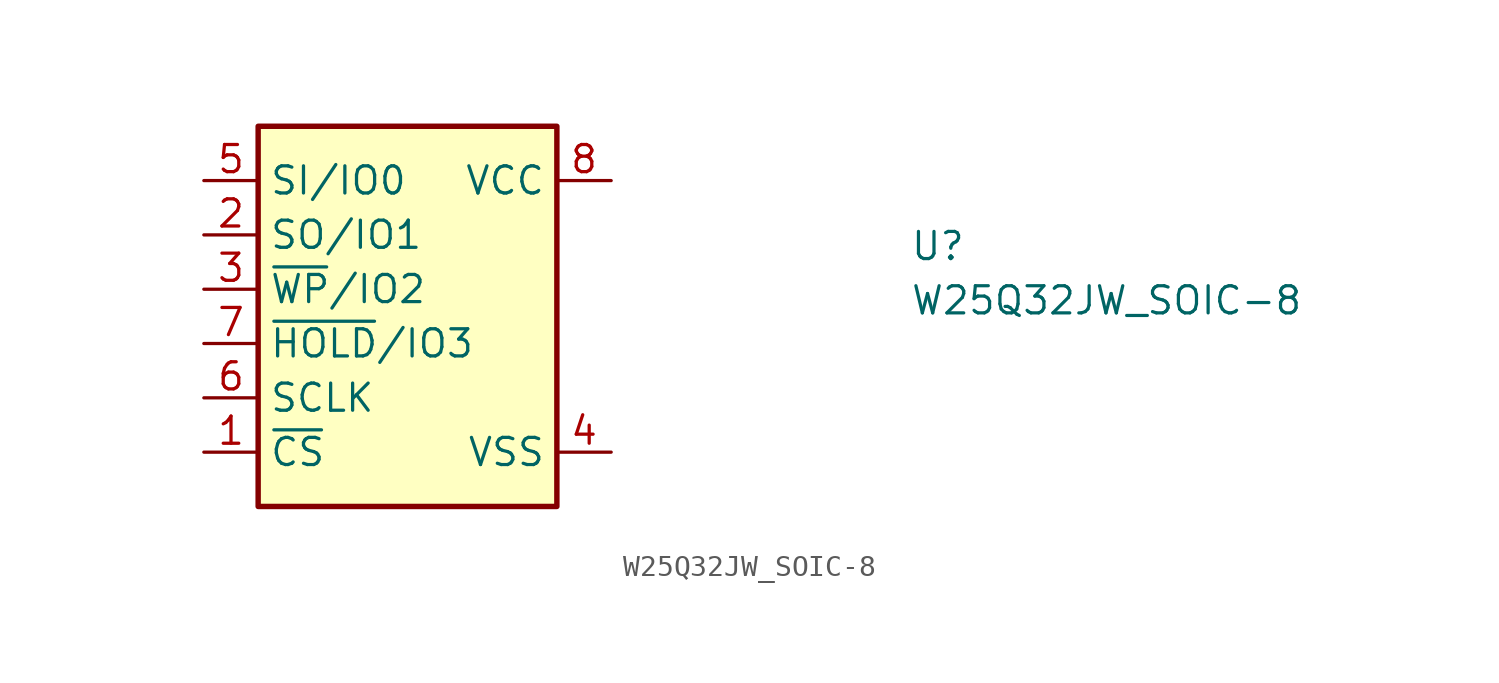
<source format=kicad_sym>
(kicad_symbol_lib
  (version 20211014)
  (generator kicad_symbol_editor)
  (symbol "W25Q32JW_SOIC-8"
    (property "Reference" "U"
      (at 33.02 -3.81 0)
      (effects (font (size 1.27 1.27) (thickness 0.15)) (justify left bottom)))
    (property "Value" "W25Q32JW_SOIC-8"
      (at 33.02 -6.35 0)
      (effects (font (size 1.27 1.27) (thickness 0.15)) (justify left bottom)))
    (symbol "W25Q32JW_SOIC-8_1_1"
      (rectangle (start 2.54 2.54) (end 16.51 -15.24) (stroke (width 0.254) (type default) (color 0 0 0 0)) (fill (type background)))
      (pin input line (at 0 -12.7 0) (length 2.54) (name "~{CS}" (effects (font (size 1.27 1.27)))) (number "1" (effects (font (size 1.27 1.27)))))
      (pin bidirectional line (at 0 -2.54 0) (length 2.54) (name "SO/IO1" (effects (font (size 1.27 1.27)))) (number "2" (effects (font (size 1.27 1.27)))))
      (pin bidirectional line (at 0 -5.08 0) (length 2.54) (name "~{WP}/IO2" (effects (font (size 1.27 1.27)))) (number "3" (effects (font (size 1.27 1.27)))))
      (pin power_in line (at 19.05 -12.7 180) (length 2.54) (name "VSS" (effects (font (size 1.27 1.27)))) (number "4" (effects (font (size 1.27 1.27)))))
      (pin bidirectional line (at 0 0 0) (length 2.54) (name "SI/IO0" (effects (font (size 1.27 1.27)))) (number "5" (effects (font (size 1.27 1.27)))))
      (pin input line (at 0 -10.16 0) (length 2.54) (name "SCLK" (effects (font (size 1.27 1.27)))) (number "6" (effects (font (size 1.27 1.27)))))
      (pin bidirectional line (at 0 -7.62 0) (length 2.54) (name "~{HOLD}/IO3" (effects (font (size 1.27 1.27)))) (number "7" (effects (font (size 1.27 1.27)))))
      (pin power_in line (at 19.05 0 180) (length 2.54) (name "VCC" (effects (font (size 1.27 1.27)))) (number "8" (effects (font (size 1.27 1.27))))))))
</source>
